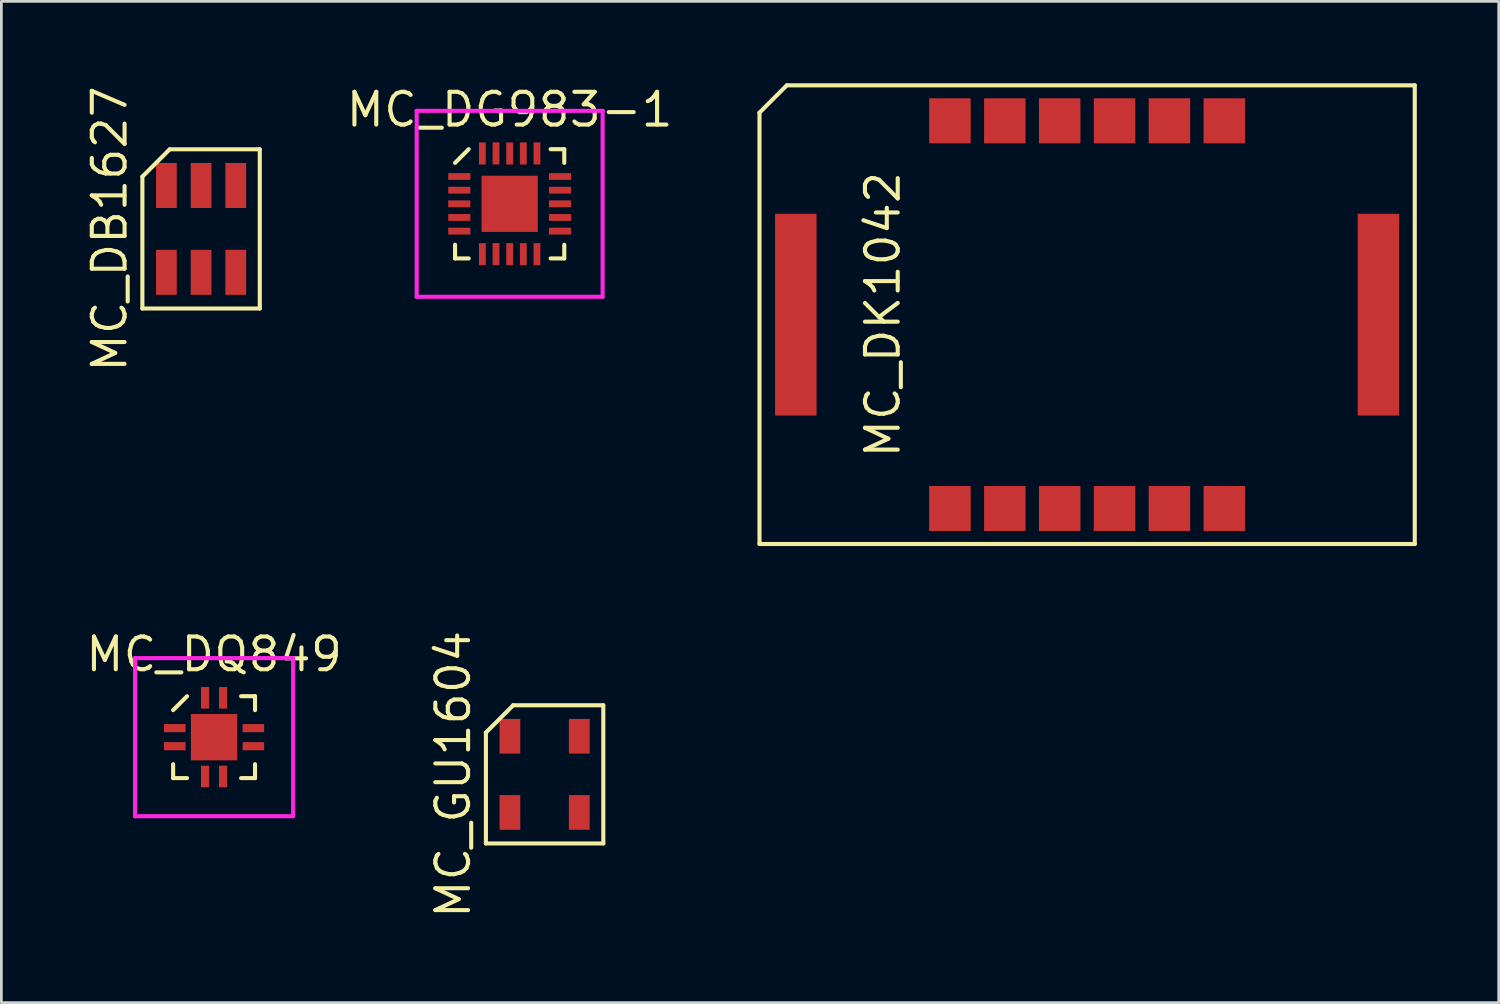
<source format=kicad_pcb>
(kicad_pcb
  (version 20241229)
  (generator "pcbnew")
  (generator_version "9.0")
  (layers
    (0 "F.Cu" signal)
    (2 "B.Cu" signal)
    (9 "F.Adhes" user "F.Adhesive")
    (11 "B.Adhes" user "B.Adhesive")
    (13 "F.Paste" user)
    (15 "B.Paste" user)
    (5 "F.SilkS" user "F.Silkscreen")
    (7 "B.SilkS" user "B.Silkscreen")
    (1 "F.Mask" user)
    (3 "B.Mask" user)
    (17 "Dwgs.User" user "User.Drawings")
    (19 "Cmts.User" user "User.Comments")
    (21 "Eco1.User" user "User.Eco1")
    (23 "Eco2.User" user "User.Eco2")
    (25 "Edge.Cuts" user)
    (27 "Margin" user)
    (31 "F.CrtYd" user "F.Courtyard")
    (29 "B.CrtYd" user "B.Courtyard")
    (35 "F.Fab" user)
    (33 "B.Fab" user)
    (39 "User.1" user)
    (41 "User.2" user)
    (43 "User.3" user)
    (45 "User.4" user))
  (footprint "MC_DQ849"
    (layer "F.Cu")
    (at 4.791 23.95)
    (property "Reference" "MC_DQ849" (at 0 -3.035 0) (layer "F.SilkS") (effects (font (size 1.2 1.2) (thickness 0.15))))
    (attr through_hole)
    (fp_line (start -1.5 -0.99) (end -0.99 -1.5) (stroke (width 0.15) (type solid)) (layer "F.SilkS"))
    (fp_line (start -1.5 1.5) (end -1.5 0.99) (stroke (width 0.15) (type solid)) (layer "F.SilkS"))
    (fp_line (start -0.99 1.5) (end -1.5 1.5) (stroke (width 0.15) (type solid)) (layer "F.SilkS"))
    (fp_line (start 0.99 -1.5) (end 1.5 -1.5) (stroke (width 0.15) (type solid)) (layer "F.SilkS"))
    (fp_line (start 0.99 1.5) (end 1.5 1.5) (stroke (width 0.15) (type solid)) (layer "F.SilkS"))
    (fp_line (start 1.5 -1.5) (end 1.5 -0.99) (stroke (width 0.15) (type solid)) (layer "F.SilkS"))
    (fp_line (start 1.5 1.5) (end 1.5 0.99) (stroke (width 0.15) (type solid)) (layer "F.SilkS"))
    (fp_line (start -2.895 -2.895) (end 2.895 -2.895) (stroke (width 0.15) (type solid)) (layer "F.CrtYd"))
    (fp_line (start -2.895 2.895) (end -2.895 -2.895) (stroke (width 0.15) (type solid)) (layer "F.CrtYd"))
    (fp_line (start 2.895 -2.895) (end 2.895 2.895) (stroke (width 0.15) (type solid)) (layer "F.CrtYd"))
    (fp_line (start 2.895 2.895) (end -2.895 2.895) (stroke (width 0.15) (type solid)) (layer "F.CrtYd"))
    (pad "1" smd rect (at -1.44 -0.33 90) (size 0.3 0.79) (layers "F.Cu" "F.Mask" "F.Paste"))
    (pad "2" smd rect (at -1.44 0.33 90) (size 0.3 0.79) (layers "F.Cu" "F.Mask" "F.Paste"))
    (pad "3" smd rect (at -0.33 1.44) (size 0.3 0.79) (layers "F.Cu" "F.Mask" "F.Paste"))
    (pad "4" smd rect (at 0.33 1.44) (size 0.3 0.79) (layers "F.Cu" "F.Mask" "F.Paste"))
    (pad "5" smd rect (at 1.44 0.33 90) (size 0.3 0.79) (layers "F.Cu" "F.Mask" "F.Paste"))
    (pad "6" smd rect (at 1.44 -0.33 90) (size 0.3 0.79) (layers "F.Cu" "F.Mask" "F.Paste"))
    (pad "7" smd rect (at 0.33 -1.44) (size 0.3 0.79) (layers "F.Cu" "F.Mask" "F.Paste"))
    (pad "8" smd rect (at -0.33 -1.44) (size 0.3 0.79) (layers "F.Cu" "F.Mask" "F.Paste"))
    (pad "9" smd rect (at 0 0 90) (size 1.7 1.7) (layers "F.Cu" "F.Mask" "F.Paste")))
  (footprint "MC_GU1604"
    (layer "F.Cu")
    (at 16.897 25.312)
    (property "Reference" "MC_GU1604" (at -3.35 0 90) (layer "F.SilkS") (effects (font (size 1.2 1.2) (thickness 0.15))))
    (attr through_hole)
    (fp_line (start -2.15 -1.53) (end -2.15 2.53) (stroke (width 0.15) (type solid)) (layer "F.SilkS"))
    (fp_line (start -2.15 2.53) (end 2.15 2.53) (stroke (width 0.15) (type solid)) (layer "F.SilkS"))
    (fp_line (start -1.15 -2.53) (end -2.15 -1.53) (stroke (width 0.15) (type solid)) (layer "F.SilkS"))
    (fp_line (start 2.15 -2.53) (end -1.15 -2.53) (stroke (width 0.15) (type solid)) (layer "F.SilkS"))
    (fp_line (start 2.15 2.53) (end 2.15 -2.53) (stroke (width 0.15) (type solid)) (layer "F.SilkS"))
    (pad "1" smd rect (at -1.27 1.395) (size 0.76 1.27) (layers "F.Cu" "F.Mask" "F.Paste"))
    (pad "2" smd rect (at 1.27 1.395) (size 0.76 1.27) (layers "F.Cu" "F.Mask" "F.Paste"))
    (pad "3" smd rect (at 1.27 -1.395) (size 0.76 1.27) (layers "F.Cu" "F.Mask" "F.Paste"))
    (pad "4" smd rect (at -1.27 -1.395) (size 0.76 1.27) (layers "F.Cu" "F.Mask" "F.Paste")))
  (footprint "MC_DK1042"
    (layer "F.Cu")
    (at 36.768 8.475)
    (property "Reference" "MC_DK1042" (at -7.485 0 90) (layer "F.SilkS") (effects (font (size 1.2 1.2) (thickness 0.15))))
    (attr through_hole)
    (fp_line (start -12 -7.4) (end -12 8.4) (stroke (width 0.15) (type solid)) (layer "F.SilkS"))
    (fp_line (start -12 8.4) (end 12 8.4) (stroke (width 0.15) (type solid)) (layer "F.SilkS"))
    (fp_line (start -11 -8.4) (end -12 -7.4) (stroke (width 0.15) (type solid)) (layer "F.SilkS"))
    (fp_line (start 12 -8.4) (end -11 -8.4) (stroke (width 0.15) (type solid)) (layer "F.SilkS"))
    (fp_line (start 12 8.4) (end 12 -8.4) (stroke (width 0.15) (type solid)) (layer "F.SilkS"))
    (pad "1" smd rect (at -5.025 7.1) (size 1.52 1.65) (layers "F.Cu" "F.Mask" "F.Paste"))
    (pad "2" smd rect (at -3.015 7.1) (size 1.52 1.65) (layers "F.Cu" "F.Mask" "F.Paste"))
    (pad "3" smd rect (at -1.005 7.1) (size 1.52 1.65) (layers "F.Cu" "F.Mask" "F.Paste"))
    (pad "4" smd rect (at 1.005 7.1) (size 1.52 1.65) (layers "F.Cu" "F.Mask" "F.Paste"))
    (pad "5" smd rect (at 3.015 7.1) (size 1.52 1.65) (layers "F.Cu" "F.Mask" "F.Paste"))
    (pad "6" smd rect (at 5.025 7.1) (size 1.52 1.65) (layers "F.Cu" "F.Mask" "F.Paste"))
    (pad "7" smd rect (at 5.025 -7.1) (size 1.52 1.65) (layers "F.Cu" "F.Mask" "F.Paste"))
    (pad "8" smd rect (at 3.015 -7.1) (size 1.52 1.65) (layers "F.Cu" "F.Mask" "F.Paste"))
    (pad "9" smd rect (at 1.005 -7.1) (size 1.52 1.65) (layers "F.Cu" "F.Mask" "F.Paste"))
    (pad "10" smd rect (at -1.005 -7.1) (size 1.52 1.65) (layers "F.Cu" "F.Mask" "F.Paste"))
    (pad "11" smd rect (at -3.015 -7.1) (size 1.52 1.65) (layers "F.Cu" "F.Mask" "F.Paste"))
    (pad "12" smd rect (at -5.025 -7.1) (size 1.52 1.65) (layers "F.Cu" "F.Mask" "F.Paste"))
    (pad "13" smd rect (at -10.67 0) (size 1.52 7.39) (layers "F.Cu" "F.Mask" "F.Paste"))
    (pad "14" smd rect (at 10.67 0) (size 1.52 7.39) (layers "F.Cu" "F.Mask" "F.Paste")))
  (footprint "MC_DG983-1"
    (layer "F.Cu")
    (at 15.617 4.415)
    (property "Reference" "MC_DG983-1" (at 0 -3.45 0) (layer "F.SilkS") (effects (font (size 1.2 1.2) (thickness 0.15))))
    (attr through_hole)
    (fp_line (start -2 -1.5) (end -1.5 -2) (stroke (width 0.15) (type solid)) (layer "F.SilkS"))
    (fp_line (start -2 2) (end -2 1.5) (stroke (width 0.15) (type solid)) (layer "F.SilkS"))
    (fp_line (start -1.5 2) (end -2 2) (stroke (width 0.15) (type solid)) (layer "F.SilkS"))
    (fp_line (start 1.5 -2) (end 2 -2) (stroke (width 0.15) (type solid)) (layer "F.SilkS"))
    (fp_line (start 1.5 2) (end 2 2) (stroke (width 0.15) (type solid)) (layer "F.SilkS"))
    (fp_line (start 2 -2) (end 2 -1.5) (stroke (width 0.15) (type solid)) (layer "F.SilkS"))
    (fp_line (start 2 2) (end 2 1.5) (stroke (width 0.15) (type solid)) (layer "F.SilkS"))
    (fp_line (start -3.405 -3.405) (end 3.405 -3.405) (stroke (width 0.15) (type solid)) (layer "F.CrtYd"))
    (fp_line (start -3.405 3.405) (end -3.405 -3.405) (stroke (width 0.15) (type solid)) (layer "F.CrtYd"))
    (fp_line (start 3.405 -3.405) (end 3.405 3.405) (stroke (width 0.15) (type solid)) (layer "F.CrtYd"))
    (fp_line (start 3.405 3.405) (end -3.405 3.405) (stroke (width 0.15) (type solid)) (layer "F.CrtYd"))
    (pad "1" smd rect (at -1.845 -1 90) (size 0.25 0.81) (layers "F.Cu" "F.Mask" "F.Paste"))
    (pad "2" smd rect (at -1.845 -0.5 90) (size 0.25 0.81) (layers "F.Cu" "F.Mask" "F.Paste"))
    (pad "3" smd rect (at -1.845 0 90) (size 0.25 0.81) (layers "F.Cu" "F.Mask" "F.Paste"))
    (pad "4" smd rect (at -1.845 0.5 90) (size 0.25 0.81) (layers "F.Cu" "F.Mask" "F.Paste"))
    (pad "5" smd rect (at -1.845 1 90) (size 0.25 0.81) (layers "F.Cu" "F.Mask" "F.Paste"))
    (pad "6" smd rect (at -1 1.845) (size 0.25 0.81) (layers "F.Cu" "F.Mask" "F.Paste"))
    (pad "7" smd rect (at -0.5 1.845) (size 0.25 0.81) (layers "F.Cu" "F.Mask" "F.Paste"))
    (pad "8" smd rect (at 0 1.845) (size 0.25 0.81) (layers "F.Cu" "F.Mask" "F.Paste"))
    (pad "9" smd rect (at 0.5 1.845) (size 0.25 0.81) (layers "F.Cu" "F.Mask" "F.Paste"))
    (pad "10" smd rect (at 1 1.845) (size 0.25 0.81) (layers "F.Cu" "F.Mask" "F.Paste"))
    (pad "11" smd rect (at 1.845 1 90) (size 0.25 0.81) (layers "F.Cu" "F.Mask" "F.Paste"))
    (pad "12" smd rect (at 1.845 0.5 90) (size 0.25 0.81) (layers "F.Cu" "F.Mask" "F.Paste"))
    (pad "13" smd rect (at 1.845 0 90) (size 0.25 0.81) (layers "F.Cu" "F.Mask" "F.Paste"))
    (pad "14" smd rect (at 1.845 -0.5 90) (size 0.25 0.81) (layers "F.Cu" "F.Mask" "F.Paste"))
    (pad "15" smd rect (at 1.845 -1 90) (size 0.25 0.81) (layers "F.Cu" "F.Mask" "F.Paste"))
    (pad "16" smd rect (at 1 -1.845) (size 0.25 0.81) (layers "F.Cu" "F.Mask" "F.Paste"))
    (pad "17" smd rect (at 0.5 -1.845) (size 0.25 0.81) (layers "F.Cu" "F.Mask" "F.Paste"))
    (pad "18" smd rect (at 0 -1.845) (size 0.25 0.81) (layers "F.Cu" "F.Mask" "F.Paste"))
    (pad "19" smd rect (at -0.5 -1.845) (size 0.25 0.81) (layers "F.Cu" "F.Mask" "F.Paste"))
    (pad "20" smd rect (at -1 -1.845) (size 0.25 0.81) (layers "F.Cu" "F.Mask" "F.Paste"))
    (pad "21" smd rect (at 0 0) (size 2.06 2.06) (layers "F.Cu" "F.Mask" "F.Paste")))
  (footprint "MC_DB1627"
    (layer "F.Cu")
    (at 4.315 5.334)
    (property "Reference" "MC_DB1627" (at -3.35 0 90) (layer "F.SilkS") (effects (font (size 1.2 1.2) (thickness 0.15))))
    (attr through_hole)
    (fp_line (start -2.15 -1.915) (end -2.15 2.915) (stroke (width 0.15) (type solid)) (layer "F.SilkS"))
    (fp_line (start -2.15 2.915) (end 2.15 2.915) (stroke (width 0.15) (type solid)) (layer "F.SilkS"))
    (fp_line (start -1.15 -2.915) (end -2.15 -1.915) (stroke (width 0.15) (type solid)) (layer "F.SilkS"))
    (fp_line (start 2.15 -2.915) (end -1.15 -2.915) (stroke (width 0.15) (type solid)) (layer "F.SilkS"))
    (fp_line (start 2.15 2.915) (end 2.15 -2.915) (stroke (width 0.15) (type solid)) (layer "F.SilkS"))
    (pad "1" smd rect (at -1.27 1.59) (size 0.76 1.65) (layers "F.Cu" "F.Mask" "F.Paste"))
    (pad "2" smd rect (at 0 1.59) (size 0.76 1.65) (layers "F.Cu" "F.Mask" "F.Paste"))
    (pad "3" smd rect (at 1.27 1.59) (size 0.76 1.65) (layers "F.Cu" "F.Mask" "F.Paste"))
    (pad "4" smd rect (at 1.27 -1.59) (size 0.76 1.65) (layers "F.Cu" "F.Mask" "F.Paste"))
    (pad "5" smd rect (at 0 -1.59) (size 0.76 1.65) (layers "F.Cu" "F.Mask" "F.Paste"))
    (pad "6" smd rect (at -1.27 -1.59) (size 0.76 1.65) (layers "F.Cu" "F.Mask" "F.Paste")))
  (gr_rect
    (start -3 -3)
    (end 51.843 33.674)
    (stroke (width 0.1) (type default))
    (fill no)
    (layer "Edge.Cuts")))
</source>
